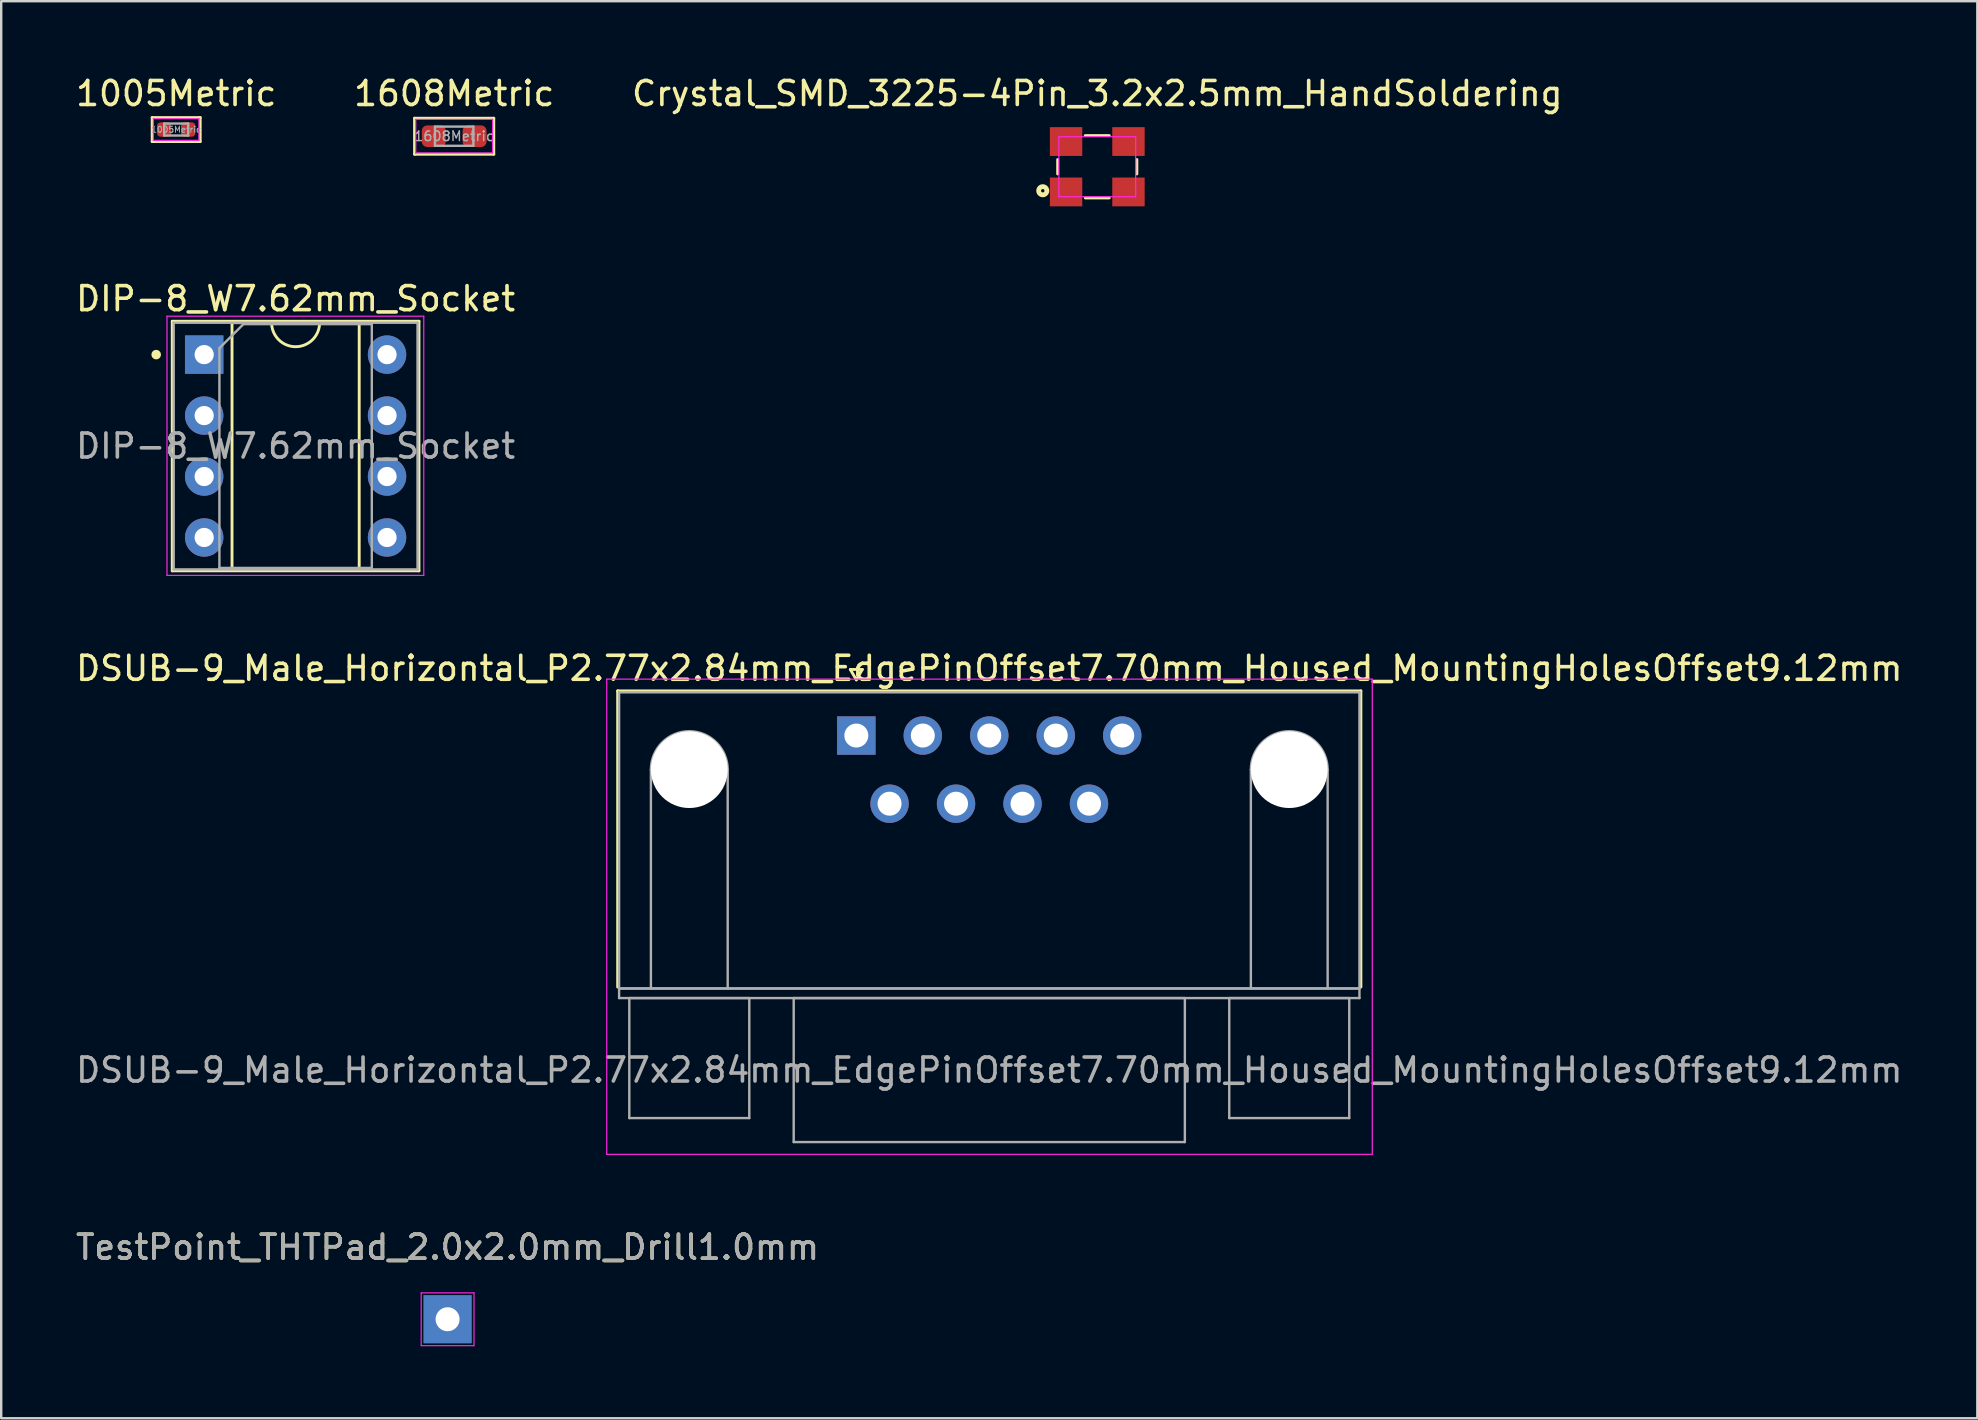
<source format=kicad_pcb>
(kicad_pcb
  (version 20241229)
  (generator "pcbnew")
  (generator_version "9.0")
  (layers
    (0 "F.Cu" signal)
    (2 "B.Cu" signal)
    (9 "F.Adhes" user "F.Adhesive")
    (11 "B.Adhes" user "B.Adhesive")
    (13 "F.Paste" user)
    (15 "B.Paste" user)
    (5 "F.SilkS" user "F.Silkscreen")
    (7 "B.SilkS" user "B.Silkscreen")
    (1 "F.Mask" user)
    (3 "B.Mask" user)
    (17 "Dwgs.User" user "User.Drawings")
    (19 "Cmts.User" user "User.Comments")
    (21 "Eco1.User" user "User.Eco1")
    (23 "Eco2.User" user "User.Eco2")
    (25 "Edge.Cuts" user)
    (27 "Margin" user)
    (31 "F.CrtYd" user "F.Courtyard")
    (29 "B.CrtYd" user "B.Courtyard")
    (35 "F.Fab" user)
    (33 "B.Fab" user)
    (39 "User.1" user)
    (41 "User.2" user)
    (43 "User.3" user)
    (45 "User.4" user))
  (footprint "Crystal_SMD_3225-4Pin_3.2x2.5mm_HandSoldering"
    (layer "F.Cu")
    (at 42.673 3.898)
    (property "Reference" "Crystal_SMD_3225-4Pin_3.2x2.5mm_HandSoldering" (at 0 -3.05 0) (layer "F.SilkS") (effects (font (size 1 1) (thickness 0.15))))
    (attr smd)
    (fp_line (start -1.65 -0.3) (end -1.65 0.3) (stroke (width 0.12) (type solid)) (layer "F.SilkS"))
    (fp_line (start -0.5 1.3) (end 0.5 1.3) (stroke (width 0.12) (type solid)) (layer "F.SilkS"))
    (fp_line (start 0.5 -1.3) (end -0.5 -1.3) (stroke (width 0.12) (type solid)) (layer "F.SilkS"))
    (fp_line (start 1.65 0.3) (end 1.65 -0.3) (stroke (width 0.12) (type solid)) (layer "F.SilkS"))
    (fp_circle (center -2.271 1) (end -2.2 1) (stroke (width 0.2) (type solid)) (fill no) (layer "F.SilkS"))
    (fp_line (start -1.6 -1.25) (end -1.6 1.25) (stroke (width 0.05) (type solid)) (layer "F.CrtYd"))
    (fp_line (start -1.6 1.25) (end 1.6 1.25) (stroke (width 0.05) (type solid)) (layer "F.CrtYd"))
    (fp_line (start 1.6 -1.25) (end -1.6 -1.25) (stroke (width 0.05) (type solid)) (layer "F.CrtYd"))
    (fp_line (start 1.6 1.25) (end 1.6 -1.25) (stroke (width 0.05) (type solid)) (layer "F.CrtYd"))
    (pad "1" smd rect (at -1.3 1.05) (size 1.35 1.2) (layers "F.Cu" "F.Mask" "F.Paste"))
    (pad "2" smd rect (at 1.3 1.05) (size 1.35 1.2) (layers "F.Cu" "F.Mask" "F.Paste"))
    (pad "3" smd rect (at 1.3 -1.05) (size 1.35 1.2) (layers "F.Cu" "F.Mask" "F.Paste"))
    (pad "4" smd rect (at -1.3 -1.05) (size 1.35 1.2) (layers "F.Cu" "F.Mask" "F.Paste")))
  (footprint "TestPoint_THTPad_2.0x2.0mm_Drill1.0mm"
    (layer "F.Cu")
    (at 15.601 51.923)
    (property "Reference" "TestPoint_THTPad_2.0x2.0mm_Drill1.0mm" (at 0 -3 0) (layer "F.SilkS") (effects (font (size 1 1) (thickness 0.15))))
    (attr exclude_from_pos_files exclude_from_bom)
    (fp_line (start -1.1 -1.1) (end -1.1 1.1) (stroke (width 0.05) (type solid)) (layer "F.CrtYd"))
    (fp_line (start -1.1 -1.1) (end 1.1 -1.1) (stroke (width 0.05) (type solid)) (layer "F.CrtYd"))
    (fp_line (start 1.1 1.1) (end -1.1 1.1) (stroke (width 0.05) (type solid)) (layer "F.CrtYd"))
    (fp_line (start 1.1 1.1) (end 1.1 -1.1) (stroke (width 0.05) (type solid)) (layer "F.CrtYd"))
    (fp_text user "${REFERENCE}" (at 0 -3 0) (layer "F.Fab") (effects (font (size 1 1) (thickness 0.15))))
    (pad "1" thru_hole rect (at 0 0) (size 2 2) (drill 1) (layers "*.Cu" "*.Mask")))
  (footprint "DSUB-9_Male_Horizontal_P2.77x2.84mm_EdgePinOffset7.70mm_Housed_MountingHolesOffset9.12mm"
    (layer "F.Cu")
    (at 32.633 27.6)
    (property "Reference" "DSUB-9_Male_Horizontal_P2.77x2.84mm_EdgePinOffset7.70mm_Housed_MountingHolesOffset9.12mm" (at 5.54 -2.8 0) (layer "F.SilkS") (effects (font (size 1 1) (thickness 0.15))))
    (attr through_hole)
    (fp_line (start -9.945 -1.86) (end 21.025 -1.86) (stroke (width 0.12) (type solid)) (layer "F.SilkS"))
    (fp_line (start -9.945 10.48) (end -9.945 -1.86) (stroke (width 0.12) (type solid)) (layer "F.SilkS"))
    (fp_line (start -0.25 -2.754) (end 0.25 -2.754) (stroke (width 0.12) (type solid)) (layer "F.SilkS"))
    (fp_line (start 0 -2.321) (end -0.25 -2.754) (stroke (width 0.12) (type solid)) (layer "F.SilkS"))
    (fp_line (start 0.25 -2.754) (end 0 -2.321) (stroke (width 0.12) (type solid)) (layer "F.SilkS"))
    (fp_line (start 21.025 -1.86) (end 21.025 10.48) (stroke (width 0.12) (type solid)) (layer "F.SilkS"))
    (fp_line (start -10.4 -2.35) (end -10.4 17.45) (stroke (width 0.05) (type solid)) (layer "F.CrtYd"))
    (fp_line (start -10.4 17.45) (end 21.5 17.45) (stroke (width 0.05) (type solid)) (layer "F.CrtYd"))
    (fp_line (start 21.5 -2.35) (end -10.4 -2.35) (stroke (width 0.05) (type solid)) (layer "F.CrtYd"))
    (fp_line (start 21.5 17.45) (end 21.5 -2.35) (stroke (width 0.05) (type solid)) (layer "F.CrtYd"))
    (fp_line (start -9.885 -1.8) (end -9.885 10.54) (stroke (width 0.1) (type solid)) (layer "F.Fab"))
    (fp_line (start -9.885 10.54) (end -9.885 10.94) (stroke (width 0.1) (type solid)) (layer "F.Fab"))
    (fp_line (start -9.885 10.54) (end 20.965 10.54) (stroke (width 0.1) (type solid)) (layer "F.Fab"))
    (fp_line (start -9.885 10.94) (end 20.965 10.94) (stroke (width 0.1) (type solid)) (layer "F.Fab"))
    (fp_line (start -9.46 10.94) (end -9.46 15.94) (stroke (width 0.1) (type solid)) (layer "F.Fab"))
    (fp_line (start -9.46 15.94) (end -4.46 15.94) (stroke (width 0.1) (type solid)) (layer "F.Fab"))
    (fp_line (start -8.56 10.54) (end -8.56 1.42) (stroke (width 0.1) (type solid)) (layer "F.Fab"))
    (fp_line (start -5.36 10.54) (end -5.36 1.42) (stroke (width 0.1) (type solid)) (layer "F.Fab"))
    (fp_line (start -4.46 10.94) (end -9.46 10.94) (stroke (width 0.1) (type solid)) (layer "F.Fab"))
    (fp_line (start -4.46 15.94) (end -4.46 10.94) (stroke (width 0.1) (type solid)) (layer "F.Fab"))
    (fp_line (start -2.61 10.94) (end -2.61 16.94) (stroke (width 0.1) (type solid)) (layer "F.Fab"))
    (fp_line (start -2.61 16.94) (end 13.69 16.94) (stroke (width 0.1) (type solid)) (layer "F.Fab"))
    (fp_line (start 13.69 10.94) (end -2.61 10.94) (stroke (width 0.1) (type solid)) (layer "F.Fab"))
    (fp_line (start 13.69 16.94) (end 13.69 10.94) (stroke (width 0.1) (type solid)) (layer "F.Fab"))
    (fp_line (start 15.54 10.94) (end 15.54 15.94) (stroke (width 0.1) (type solid)) (layer "F.Fab"))
    (fp_line (start 15.54 15.94) (end 20.54 15.94) (stroke (width 0.1) (type solid)) (layer "F.Fab"))
    (fp_line (start 16.44 10.54) (end 16.44 1.42) (stroke (width 0.1) (type solid)) (layer "F.Fab"))
    (fp_line (start 19.64 10.54) (end 19.64 1.42) (stroke (width 0.1) (type solid)) (layer "F.Fab"))
    (fp_line (start 20.54 10.94) (end 15.54 10.94) (stroke (width 0.1) (type solid)) (layer "F.Fab"))
    (fp_line (start 20.54 15.94) (end 20.54 10.94) (stroke (width 0.1) (type solid)) (layer "F.Fab"))
    (fp_line (start 20.965 -1.8) (end -9.885 -1.8) (stroke (width 0.1) (type solid)) (layer "F.Fab"))
    (fp_line (start 20.965 10.54) (end -9.885 10.54) (stroke (width 0.1) (type solid)) (layer "F.Fab"))
    (fp_line (start 20.965 10.54) (end 20.965 -1.8) (stroke (width 0.1) (type solid)) (layer "F.Fab"))
    (fp_line (start 20.965 10.94) (end 20.965 10.54) (stroke (width 0.1) (type solid)) (layer "F.Fab"))
    (fp_arc (start -8.56 1.42) (mid -6.96 -0.18) (end -5.36 1.42) (stroke (width 0.1) (type solid)) (layer "F.Fab"))
    (fp_arc (start 16.44 1.42) (mid 18.04 -0.18) (end 19.64 1.42) (stroke (width 0.1) (type solid)) (layer "F.Fab"))
    (fp_text user "${REFERENCE}" (at 5.54 13.94 0) (layer "F.Fab") (effects (font (size 1 1) (thickness 0.15))))
    (pad "" np_thru_hole circle (at -6.96 1.42) (size 3.2 3.2) (drill 3.2) (layers "*.Cu" "*.Mask"))
    (pad "" np_thru_hole circle (at 18.04 1.42) (size 3.2 3.2) (drill 3.2) (layers "*.Cu" "*.Mask"))
    (pad "1" thru_hole rect (at 0 0) (size 1.6 1.6) (drill 1) (layers "*.Cu" "*.Mask"))
    (pad "2" thru_hole circle (at 2.77 0) (size 1.6 1.6) (drill 1) (layers "*.Cu" "*.Mask"))
    (pad "3" thru_hole circle (at 5.54 0) (size 1.6 1.6) (drill 1) (layers "*.Cu" "*.Mask"))
    (pad "4" thru_hole circle (at 8.31 0) (size 1.6 1.6) (drill 1) (layers "*.Cu" "*.Mask"))
    (pad "5" thru_hole circle (at 11.08 0) (size 1.6 1.6) (drill 1) (layers "*.Cu" "*.Mask"))
    (pad "6" thru_hole circle (at 1.385 2.84) (size 1.6 1.6) (drill 1) (layers "*.Cu" "*.Mask"))
    (pad "7" thru_hole circle (at 4.155 2.84) (size 1.6 1.6) (drill 1) (layers "*.Cu" "*.Mask"))
    (pad "8" thru_hole circle (at 6.925 2.84) (size 1.6 1.6) (drill 1) (layers "*.Cu" "*.Mask"))
    (pad "9" thru_hole circle (at 9.695 2.84) (size 1.6 1.6) (drill 1) (layers "*.Cu" "*.Mask")))
  (footprint "DIP-8_W7.62mm_Socket"
    (layer "F.Cu")
    (at 9.268 15.537)
    (property "Reference" "DIP-8_W7.62mm_Socket" (at 0 -6.14 0) (layer "F.SilkS") (effects (font (size 1 1) (thickness 0.15))))
    (attr through_hole)
    (fp_line (start -5.14 -5.2) (end -5.14 5.2) (stroke (width 0.12) (type solid)) (layer "F.SilkS"))
    (fp_line (start -5.14 5.2) (end 5.14 5.2) (stroke (width 0.12) (type solid)) (layer "F.SilkS"))
    (fp_line (start -2.65 -5.14) (end -2.65 5.14) (stroke (width 0.12) (type solid)) (layer "F.SilkS"))
    (fp_line (start -2.65 5.14) (end 2.65 5.14) (stroke (width 0.12) (type solid)) (layer "F.SilkS"))
    (fp_line (start -1 -5.14) (end -2.65 -5.14) (stroke (width 0.12) (type solid)) (layer "F.SilkS"))
    (fp_line (start 2.65 -5.14) (end 1 -5.14) (stroke (width 0.12) (type solid)) (layer "F.SilkS"))
    (fp_line (start 2.65 5.14) (end 2.65 -5.14) (stroke (width 0.12) (type solid)) (layer "F.SilkS"))
    (fp_line (start 5.14 -5.2) (end -5.14 -5.2) (stroke (width 0.12) (type solid)) (layer "F.SilkS"))
    (fp_line (start 5.14 5.2) (end 5.14 -5.2) (stroke (width 0.12) (type solid)) (layer "F.SilkS"))
    (fp_arc (start 1 -5.14) (mid 0 -4.14) (end -1 -5.14) (stroke (width 0.12) (type solid)) (layer "F.SilkS"))
    (fp_circle (center -5.81 -3.81) (end -5.71 -3.81) (stroke (width 0.2) (type solid)) (fill no) (layer "F.SilkS"))
    (fp_line (start -5.36 -5.41) (end -5.36 5.39) (stroke (width 0.05) (type solid)) (layer "F.CrtYd"))
    (fp_line (start -5.36 5.39) (end 5.34 5.39) (stroke (width 0.05) (type solid)) (layer "F.CrtYd"))
    (fp_line (start 5.34 -5.41) (end -5.36 -5.41) (stroke (width 0.05) (type solid)) (layer "F.CrtYd"))
    (fp_line (start 5.34 5.39) (end 5.34 -5.41) (stroke (width 0.05) (type solid)) (layer "F.CrtYd"))
    (fp_line (start -5.08 -5.14) (end -5.08 5.14) (stroke (width 0.1) (type solid)) (layer "F.Fab"))
    (fp_line (start -5.08 5.14) (end 5.08 5.14) (stroke (width 0.1) (type solid)) (layer "F.Fab"))
    (fp_line (start -3.175 -4.08) (end -2.175 -5.08) (stroke (width 0.1) (type solid)) (layer "F.Fab"))
    (fp_line (start -3.175 5.08) (end -3.175 -4.08) (stroke (width 0.1) (type solid)) (layer "F.Fab"))
    (fp_line (start -2.175 -5.08) (end 3.175 -5.08) (stroke (width 0.1) (type solid)) (layer "F.Fab"))
    (fp_line (start 3.175 -5.08) (end 3.175 5.08) (stroke (width 0.1) (type solid)) (layer "F.Fab"))
    (fp_line (start 3.175 5.08) (end -3.175 5.08) (stroke (width 0.1) (type solid)) (layer "F.Fab"))
    (fp_line (start 5.08 -5.14) (end -5.08 -5.14) (stroke (width 0.1) (type solid)) (layer "F.Fab"))
    (fp_line (start 5.08 5.14) (end 5.08 -5.14) (stroke (width 0.1) (type solid)) (layer "F.Fab"))
    (fp_text user "${REFERENCE}" (at 0 0 0) (layer "F.Fab") (effects (font (size 1 1) (thickness 0.15))))
    (pad "1" thru_hole rect (at -3.81 -3.81) (size 1.6 1.6) (drill 0.8) (layers "*.Cu" "*.Mask"))
    (pad "2" thru_hole oval (at -3.81 -1.27) (size 1.6 1.6) (drill 0.8) (layers "*.Cu" "*.Mask"))
    (pad "3" thru_hole oval (at -3.81 1.27) (size 1.6 1.6) (drill 0.8) (layers "*.Cu" "*.Mask"))
    (pad "4" thru_hole oval (at -3.81 3.81) (size 1.6 1.6) (drill 0.8) (layers "*.Cu" "*.Mask"))
    (pad "5" thru_hole oval (at 3.81 3.81) (size 1.6 1.6) (drill 0.8) (layers "*.Cu" "*.Mask"))
    (pad "6" thru_hole oval (at 3.81 1.27) (size 1.6 1.6) (drill 0.8) (layers "*.Cu" "*.Mask"))
    (pad "7" thru_hole oval (at 3.81 -1.27) (size 1.6 1.6) (drill 0.8) (layers "*.Cu" "*.Mask"))
    (pad "8" thru_hole oval (at 3.81 -3.81) (size 1.6 1.6) (drill 0.8) (layers "*.Cu" "*.Mask")))
  (footprint "1005Metric"
    (layer "F.Cu")
    (at 4.292 2.348)
    (property "Reference" "1005Metric" (at 0 -1.5 0) (layer "F.SilkS") (effects (font (size 1 1) (thickness 0.15))))
    (attr smd)
    (fp_line (start -1 -0.5) (end 1 -0.5) (stroke (width 0.12) (type solid)) (layer "F.SilkS"))
    (fp_line (start -1 0.5) (end -1 -0.5) (stroke (width 0.12) (type solid)) (layer "F.SilkS"))
    (fp_line (start -1 0.5) (end 1 0.5) (stroke (width 0.12) (type solid)) (layer "F.SilkS"))
    (fp_line (start 1 0.5) (end 1 -0.5) (stroke (width 0.12) (type solid)) (layer "F.SilkS"))
    (fp_line (start -0.95 -0.45) (end 0.95 -0.45) (stroke (width 0.05) (type solid)) (layer "F.CrtYd"))
    (fp_line (start -0.95 0.45) (end -0.95 -0.45) (stroke (width 0.05) (type solid)) (layer "F.CrtYd"))
    (fp_line (start 0.95 -0.45) (end 0.95 0.45) (stroke (width 0.05) (type solid)) (layer "F.CrtYd"))
    (fp_line (start 0.95 0.45) (end -0.95 0.45) (stroke (width 0.05) (type solid)) (layer "F.CrtYd"))
    (fp_line (start -0.5 -0.25) (end 0.5 -0.25) (stroke (width 0.1) (type solid)) (layer "F.Fab"))
    (fp_line (start -0.5 0.25) (end -0.5 -0.25) (stroke (width 0.1) (type solid)) (layer "F.Fab"))
    (fp_line (start 0.5 -0.25) (end 0.5 0.25) (stroke (width 0.1) (type solid)) (layer "F.Fab"))
    (fp_line (start 0.5 0.25) (end -0.5 0.25) (stroke (width 0.1) (type solid)) (layer "F.Fab"))
    (fp_text user "${REFERENCE}" (at 0 0 0) (layer "F.Fab") (effects (font (size 0.25 0.25) (thickness 0.04))))
    (pad "1" smd roundrect (at -0.5 0) (size 0.6 0.6) (layers "F.Cu" "F.Mask" "F.Paste") (roundrect_rratio 0.25))
    (pad "2" smd roundrect (at 0.5 0) (size 0.6 0.6) (layers "F.Cu" "F.Mask" "F.Paste") (roundrect_rratio 0.25)))
  (footprint "1608Metric"
    (layer "F.Cu")
    (at 15.875 2.626)
    (property "Reference" "1608Metric" (at 0 -1.778 0) (layer "F.SilkS") (effects (font (size 1 1) (thickness 0.15))))
    (attr smd)
    (fp_line (start -1.65 -0.75) (end -1.65 0.75) (stroke (width 0.12) (type solid)) (layer "F.SilkS"))
    (fp_line (start -1.65 -0.75) (end 1.65 -0.75) (stroke (width 0.12) (type solid)) (layer "F.SilkS"))
    (fp_line (start -1.65 0.75) (end 1.65 0.75) (stroke (width 0.12) (type solid)) (layer "F.SilkS"))
    (fp_line (start 1.65 -0.75) (end 1.65 0.75) (stroke (width 0.12) (type solid)) (layer "F.SilkS"))
    (fp_line (start -1.6 -0.7) (end 1.6 -0.7) (stroke (width 0.05) (type solid)) (layer "F.CrtYd"))
    (fp_line (start -1.6 0.7) (end -1.6 -0.7) (stroke (width 0.05) (type solid)) (layer "F.CrtYd"))
    (fp_line (start 1.6 -0.7) (end 1.6 0.7) (stroke (width 0.05) (type solid)) (layer "F.CrtYd"))
    (fp_line (start 1.6 0.7) (end -1.6 0.7) (stroke (width 0.05) (type solid)) (layer "F.CrtYd"))
    (fp_line (start -0.8 -0.4) (end 0.8 -0.4) (stroke (width 0.1) (type solid)) (layer "F.Fab"))
    (fp_line (start -0.8 0.4) (end -0.8 -0.4) (stroke (width 0.1) (type solid)) (layer "F.Fab"))
    (fp_line (start 0.8 -0.4) (end 0.8 0.4) (stroke (width 0.1) (type solid)) (layer "F.Fab"))
    (fp_line (start 0.8 0.4) (end -0.8 0.4) (stroke (width 0.1) (type solid)) (layer "F.Fab"))
    (fp_text user "${REFERENCE}" (at 0 0 0) (layer "F.Fab") (effects (font (size 0.4 0.4) (thickness 0.06))))
    (pad "1" smd roundrect (at -0.85 0) (size 1 0.9) (layers "F.Cu" "F.Mask" "F.Paste") (roundrect_rratio 0.25))
    (pad "2" smd roundrect (at 0.85 0) (size 1 0.9) (layers "F.Cu" "F.Mask" "F.Paste") (roundrect_rratio 0.25)))
  (gr_rect
    (start -3 -3)
    (end 79.345 56.048)
    (stroke (width 0.1) (type default))
    (fill no)
    (layer "Edge.Cuts")))
</source>
